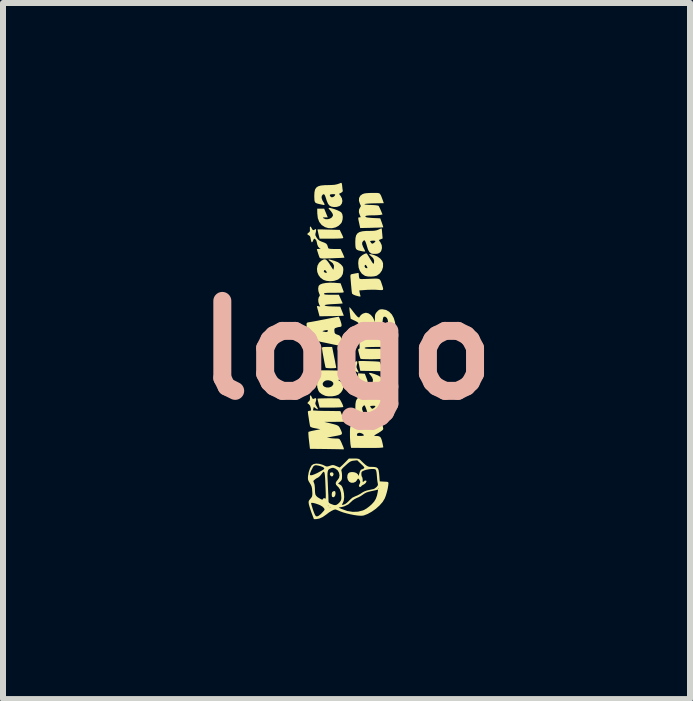
<source format=kicad_pcb>
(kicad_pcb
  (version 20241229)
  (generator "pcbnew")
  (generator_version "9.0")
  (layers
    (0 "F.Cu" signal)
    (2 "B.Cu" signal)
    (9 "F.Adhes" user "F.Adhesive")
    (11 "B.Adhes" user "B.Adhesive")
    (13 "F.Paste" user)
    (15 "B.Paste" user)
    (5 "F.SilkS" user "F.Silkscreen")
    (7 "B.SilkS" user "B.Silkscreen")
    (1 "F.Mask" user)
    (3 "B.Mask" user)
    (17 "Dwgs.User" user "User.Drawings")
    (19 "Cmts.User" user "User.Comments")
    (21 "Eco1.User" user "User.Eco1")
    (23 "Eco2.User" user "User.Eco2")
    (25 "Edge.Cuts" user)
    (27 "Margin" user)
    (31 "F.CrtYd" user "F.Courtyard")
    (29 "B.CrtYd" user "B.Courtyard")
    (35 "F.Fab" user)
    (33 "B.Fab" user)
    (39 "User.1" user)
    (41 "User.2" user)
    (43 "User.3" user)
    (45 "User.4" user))
  (footprint "logo"
    (layer "F.Cu")
    (at 2.729 2.79)
    (property "Reference" "logo" (at 0 0 0) (layer "B.SilkS") (effects (font (size 1.5 1.5) (thickness 0.3))))
    (attr board_only exclude_from_pos_files exclude_from_bom)
    (fp_poly (pts (xy -0.22 2.052) (xy -0.217 2.074) (xy -0.227 2.098) (xy -0.246 2.106) (xy -0.266 2.095) (xy -0.278 2.073) (xy -0.276 2.051) (xy -0.263 2.039) (xy -0.236 2.037)) (stroke (width 0) (type solid)) (fill yes) (layer "F.SilkS"))
    (fp_poly (pts (xy -0.187 2.359) (xy -0.183 2.39) (xy -0.183 2.391) (xy -0.189 2.423) (xy -0.203 2.445) (xy -0.222 2.453) (xy -0.24 2.445) (xy -0.245 2.43) (xy -0.247 2.404) (xy -0.247 2.402) (xy -0.241 2.37) (xy -0.226 2.355) (xy -0.201 2.348)) (stroke (width 0) (type solid)) (fill yes) (layer "F.SilkS"))
    (fp_poly (pts (xy -0.442 -2.014) (xy -0.398 -2.014) (xy -0.343 -2.012) (xy -0.296 -2.011) (xy -0.113 -2.006) (xy -0.084 -1.946) (xy -0.068 -1.913) (xy -0.058 -1.886) (xy -0.054 -1.874) (xy -0.059 -1.869) (xy -0.076 -1.865) (xy -0.107 -1.863) (xy -0.153 -1.861) (xy -0.218 -1.86) (xy -0.252 -1.86) (xy -0.449 -1.86) (xy -0.468 -1.936) (xy -0.476 -1.973) (xy -0.482 -2.001) (xy -0.483 -2.014) (xy -0.483 -2.014) (xy -0.471 -2.015)) (stroke (width 0) (type solid)) (fill yes) (layer "F.SilkS"))
    (fp_poly (pts (xy -0.196 0.803) (xy -0.153 0.804) (xy -0.128 0.805) (xy -0.116 0.815) (xy -0.1 0.838) (xy -0.083 0.87) (xy -0.067 0.903) (xy -0.057 0.932) (xy -0.054 0.947) (xy -0.064 0.95) (xy -0.093 0.953) (xy -0.138 0.955) (xy -0.197 0.957) (xy -0.251 0.957) (xy -0.449 0.957) (xy -0.466 0.888) (xy -0.475 0.851) (xy -0.482 0.823) (xy -0.484 0.809) (xy -0.474 0.807) (xy -0.446 0.805) (xy -0.406 0.804) (xy -0.356 0.803) (xy -0.302 0.802) (xy -0.247 0.802)) (stroke (width 0) (type solid)) (fill yes) (layer "F.SilkS"))
    (fp_poly (pts (xy -0.206 0.116) (xy -0.194 0.173) (xy -0.185 0.224) (xy -0.177 0.263) (xy -0.173 0.287) (xy -0.172 0.293) (xy -0.182 0.297) (xy -0.207 0.3) (xy -0.241 0.301) (xy -0.279 0.301) (xy -0.313 0.299) (xy -0.338 0.296) (xy -0.348 0.292) (xy -0.353 0.278) (xy -0.359 0.248) (xy -0.368 0.206) (xy -0.377 0.156) (xy -0.387 0.104) (xy -0.396 0.055) (xy -0.403 0.012) (xy -0.407 -0.019) (xy -0.409 -0.033) (xy -0.407 -0.043) (xy -0.398 -0.05) (xy -0.378 -0.053) (xy -0.342 -0.054) (xy -0.324 -0.054) (xy -0.24 -0.054)) (stroke (width 0) (type solid)) (fill yes) (layer "F.SilkS"))
    (fp_poly (pts (xy 0.311 0.181) (xy 0.37 0.183) (xy 0.429 0.185) (xy 0.481 0.187) (xy 0.521 0.19) (xy 0.546 0.192) (xy 0.552 0.194) (xy 0.559 0.206) (xy 0.57 0.233) (xy 0.584 0.266) (xy 0.598 0.301) (xy 0.608 0.329) (xy 0.613 0.345) (xy 0.613 0.346) (xy 0.606 0.353) (xy 0.605 0.352) (xy 0.592 0.351) (xy 0.561 0.35) (xy 0.516 0.349) (xy 0.461 0.348) (xy 0.413 0.347) (xy 0.229 0.344) (xy 0.216 0.282) (xy 0.209 0.244) (xy 0.202 0.213) (xy 0.198 0.199) (xy 0.197 0.191) (xy 0.2 0.185) (xy 0.21 0.182) (xy 0.229 0.18) (xy 0.262 0.18)) (stroke (width 0) (type solid)) (fill yes) (layer "F.SilkS"))
    (fp_poly (pts (xy 0.093 0.135) (xy 0.106 0.161) (xy 0.108 0.167) (xy 0.117 0.193) (xy 0.126 0.202) (xy 0.139 0.198) (xy 0.15 0.191) (xy 0.171 0.183) (xy 0.18 0.192) (xy 0.178 0.219) (xy 0.173 0.24) (xy 0.166 0.271) (xy 0.168 0.294) (xy 0.18 0.32) (xy 0.183 0.326) (xy 0.198 0.357) (xy 0.2 0.372) (xy 0.187 0.371) (xy 0.17 0.361) (xy 0.154 0.351) (xy 0.144 0.354) (xy 0.134 0.371) (xy 0.128 0.384) (xy 0.117 0.406) (xy 0.108 0.415) (xy 0.105 0.413) (xy 0.101 0.397) (xy 0.095 0.368) (xy 0.092 0.352) (xy 0.084 0.317) (xy 0.072 0.297) (xy 0.058 0.288) (xy 0.037 0.275) (xy 0.036 0.262) (xy 0.054 0.246) (xy 0.058 0.244) (xy 0.074 0.23) (xy 0.08 0.213) (xy 0.079 0.184) (xy 0.078 0.178) (xy 0.077 0.145) (xy 0.083 0.13)) (stroke (width 0) (type solid)) (fill yes) (layer "F.SilkS"))
    (fp_poly (pts (xy 0.408 0.381) (xy 0.45 0.393) (xy 0.468 0.399) (xy 0.528 0.422) (xy 0.569 0.449) (xy 0.593 0.482) (xy 0.602 0.523) (xy 0.602 0.535) (xy 0.593 0.596) (xy 0.569 0.651) (xy 0.531 0.693) (xy 0.511 0.707) (xy 0.464 0.724) (xy 0.409 0.731) (xy 0.355 0.727) (xy 0.317 0.714) (xy 0.27 0.683) (xy 0.236 0.643) (xy 0.213 0.591) (xy 0.2 0.524) (xy 0.196 0.481) (xy 0.191 0.386) (xy 0.248 0.389) (xy 0.305 0.393) (xy 0.33 0.457) (xy 0.346 0.5) (xy 0.353 0.526) (xy 0.351 0.54) (xy 0.339 0.543) (xy 0.317 0.541) (xy 0.289 0.54) (xy 0.28 0.547) (xy 0.291 0.56) (xy 0.307 0.568) (xy 0.352 0.58) (xy 0.393 0.571) (xy 0.413 0.558) (xy 0.437 0.528) (xy 0.441 0.491) (xy 0.426 0.451) (xy 0.402 0.419) (xy 0.382 0.396) (xy 0.376 0.382) (xy 0.384 0.378)) (stroke (width 0) (type solid)) (fill yes) (layer "F.SilkS"))
    (fp_poly (pts (xy -0.268 -2.371) (xy -0.234 -2.362) (xy -0.195 -2.35) (xy -0.156 -2.335) (xy -0.121 -2.319) (xy -0.096 -2.304) (xy -0.089 -2.299) (xy -0.071 -2.269) (xy -0.063 -2.227) (xy -0.066 -2.181) (xy -0.078 -2.137) (xy -0.089 -2.118) (xy -0.129 -2.077) (xy -0.182 -2.048) (xy -0.243 -2.034) (xy -0.306 -2.036) (xy -0.361 -2.053) (xy -0.415 -2.088) (xy -0.454 -2.138) (xy -0.479 -2.202) (xy -0.488 -2.282) (xy -0.488 -2.291) (xy -0.489 -2.36) (xy -0.431 -2.36) (xy -0.373 -2.36) (xy -0.343 -2.288) (xy -0.313 -2.215) (xy -0.358 -2.215) (xy -0.386 -2.214) (xy -0.394 -2.211) (xy -0.388 -2.203) (xy -0.382 -2.199) (xy -0.35 -2.185) (xy -0.312 -2.184) (xy -0.276 -2.194) (xy -0.246 -2.213) (xy -0.228 -2.24) (xy -0.226 -2.254) (xy -0.233 -2.277) (xy -0.252 -2.307) (xy -0.263 -2.321) (xy -0.285 -2.346) (xy -0.298 -2.364) (xy -0.301 -2.37) (xy -0.292 -2.374)) (stroke (width 0) (type solid)) (fill yes) (layer "F.SilkS"))
    (fp_poly (pts (xy -0.34 -1.508) (xy -0.317 -1.484) (xy -0.288 -1.445) (xy -0.278 -1.428) (xy -0.221 -1.34) (xy -0.211 -1.374) (xy -0.21 -1.413) (xy -0.229 -1.45) (xy -0.268 -1.481) (xy -0.27 -1.482) (xy -0.292 -1.498) (xy -0.301 -1.51) (xy -0.294 -1.514) (xy -0.282 -1.512) (xy -0.262 -1.507) (xy -0.229 -1.498) (xy -0.199 -1.489) (xy -0.143 -1.467) (xy -0.098 -1.434) (xy -0.095 -1.431) (xy -0.07 -1.404) (xy -0.058 -1.382) (xy -0.054 -1.353) (xy -0.054 -1.331) (xy -0.062 -1.271) (xy -0.088 -1.223) (xy -0.132 -1.185) (xy -0.15 -1.175) (xy -0.208 -1.156) (xy -0.274 -1.15) (xy -0.338 -1.157) (xy -0.385 -1.173) (xy -0.433 -1.207) (xy -0.467 -1.252) (xy -0.488 -1.304) (xy -0.489 -1.316) (xy -0.38 -1.316) (xy -0.371 -1.3) (xy -0.35 -1.291) (xy -0.343 -1.29) (xy -0.329 -1.292) (xy -0.329 -1.3) (xy -0.34 -1.318) (xy -0.355 -1.335) (xy -0.368 -1.336) (xy -0.372 -1.332) (xy -0.38 -1.316) (xy -0.489 -1.316) (xy -0.493 -1.358) (xy -0.484 -1.41) (xy -0.459 -1.457) (xy -0.418 -1.494) (xy -0.416 -1.495) (xy -0.386 -1.511) (xy -0.362 -1.516)) (stroke (width 0) (type solid)) (fill yes) (layer "F.SilkS"))
    (fp_poly (pts (xy 0.204 -1.276) (xy 0.204 -1.262) (xy 0.207 -1.23) (xy 0.211 -1.207) (xy 0.214 -1.198) (xy 0.22 -1.192) (xy 0.231 -1.188) (xy 0.252 -1.186) (xy 0.285 -1.187) (xy 0.334 -1.188) (xy 0.38 -1.19) (xy 0.445 -1.193) (xy 0.492 -1.194) (xy 0.525 -1.191) (xy 0.547 -1.184) (xy 0.562 -1.169) (xy 0.573 -1.147) (xy 0.584 -1.115) (xy 0.59 -1.097) (xy 0.605 -1.051) (xy 0.611 -1.022) (xy 0.607 -1.007) (xy 0.589 -1.002) (xy 0.555 -1.003) (xy 0.527 -1.005) (xy 0.478 -1.008) (xy 0.417 -1.008) (xy 0.354 -1.007) (xy 0.327 -1.005) (xy 0.213 -0.997) (xy 0.218 -0.964) (xy 0.225 -0.933) (xy 0.231 -0.911) (xy 0.234 -0.9) (xy 0.228 -0.895) (xy 0.21 -0.896) (xy 0.176 -0.905) (xy 0.153 -0.911) (xy 0.12 -0.924) (xy 0.098 -0.938) (xy 0.092 -0.945) (xy 0.089 -0.962) (xy 0.085 -0.994) (xy 0.081 -1.038) (xy 0.076 -1.088) (xy 0.072 -1.139) (xy 0.068 -1.186) (xy 0.065 -1.223) (xy 0.065 -1.243) (xy 0.069 -1.259) (xy 0.084 -1.268) (xy 0.11 -1.273) (xy 0.145 -1.28) (xy 0.175 -1.285) (xy 0.18 -1.287) (xy 0.197 -1.288)) (stroke (width 0) (type solid)) (fill yes) (layer "F.SilkS"))
    (fp_poly (pts (xy 0.595 -0.146) (xy 0.609 -0.108) (xy 0.619 -0.078) (xy 0.624 -0.061) (xy 0.624 -0.06) (xy 0.614 -0.058) (xy 0.586 -0.056) (xy 0.545 -0.054) (xy 0.494 -0.054) (xy 0.479 -0.054) (xy 0.425 -0.053) (xy 0.377 -0.052) (xy 0.34 -0.05) (xy 0.32 -0.048) (xy 0.318 -0.047) (xy 0.301 -0.038) (xy 0.306 -0.03) (xy 0.331 -0.025) (xy 0.379 -0.022) (xy 0.435 -0.022) (xy 0.569 -0.022) (xy 0.591 0.052) (xy 0.602 0.09) (xy 0.61 0.121) (xy 0.613 0.138) (xy 0.613 0.138) (xy 0.603 0.142) (xy 0.576 0.145) (xy 0.535 0.148) (xy 0.485 0.15) (xy 0.431 0.151) (xy 0.376 0.151) (xy 0.325 0.15) (xy 0.281 0.149) (xy 0.249 0.147) (xy 0.234 0.143) (xy 0.233 0.142) (xy 0.227 0.127) (xy 0.219 0.099) (xy 0.209 0.063) (xy 0.201 0.028) (xy 0.195 0.001) (xy 0.194 -0.01) (xy 0.202 -0.021) (xy 0.208 -0.022) (xy 0.216 -0.027) (xy 0.219 -0.048) (xy 0.217 -0.085) (xy 0.217 -0.131) (xy 0.225 -0.167) (xy 0.243 -0.193) (xy 0.274 -0.21) (xy 0.321 -0.22) (xy 0.385 -0.225) (xy 0.439 -0.226) (xy 0.567 -0.226)) (stroke (width 0) (type solid)) (fill yes) (layer "F.SilkS"))
    (fp_poly (pts (xy 0.338 -1.612) (xy 0.345 -1.601) (xy 0.36 -1.577) (xy 0.381 -1.542) (xy 0.396 -1.517) (xy 0.421 -1.476) (xy 0.437 -1.452) (xy 0.447 -1.442) (xy 0.453 -1.443) (xy 0.457 -1.454) (xy 0.458 -1.455) (xy 0.46 -1.498) (xy 0.443 -1.536) (xy 0.407 -1.57) (xy 0.383 -1.59) (xy 0.378 -1.6) (xy 0.392 -1.602) (xy 0.425 -1.596) (xy 0.462 -1.585) (xy 0.515 -1.562) (xy 0.561 -1.529) (xy 0.594 -1.489) (xy 0.609 -1.45) (xy 0.609 -1.388) (xy 0.591 -1.331) (xy 0.557 -1.282) (xy 0.51 -1.246) (xy 0.498 -1.24) (xy 0.458 -1.231) (xy 0.408 -1.227) (xy 0.357 -1.229) (xy 0.314 -1.238) (xy 0.306 -1.241) (xy 0.258 -1.273) (xy 0.223 -1.321) (xy 0.201 -1.381) (xy 0.2 -1.398) (xy 0.301 -1.398) (xy 0.31 -1.377) (xy 0.336 -1.367) (xy 0.342 -1.367) (xy 0.349 -1.371) (xy 0.344 -1.387) (xy 0.339 -1.398) (xy 0.323 -1.42) (xy 0.309 -1.423) (xy 0.302 -1.407) (xy 0.301 -1.398) (xy 0.2 -1.398) (xy 0.195 -1.451) (xy 0.196 -1.465) (xy 0.2 -1.504) (xy 0.208 -1.529) (xy 0.224 -1.55) (xy 0.24 -1.566) (xy 0.268 -1.588) (xy 0.299 -1.605) (xy 0.324 -1.614)) (stroke (width 0) (type solid)) (fill yes) (layer "F.SilkS"))
    (fp_poly (pts (xy -0.314 0.336) (xy -0.255 0.337) (xy -0.203 0.338) (xy -0.162 0.339) (xy -0.135 0.341) (xy -0.128 0.342) (xy -0.108 0.359) (xy -0.087 0.395) (xy -0.079 0.414) (xy -0.066 0.448) (xy -0.057 0.474) (xy -0.054 0.486) (xy -0.063 0.491) (xy -0.087 0.494) (xy -0.099 0.495) (xy -0.145 0.495) (xy -0.111 0.516) (xy -0.075 0.545) (xy -0.057 0.582) (xy -0.054 0.616) (xy -0.064 0.661) (xy -0.091 0.703) (xy -0.13 0.738) (xy -0.143 0.745) (xy -0.189 0.761) (xy -0.245 0.77) (xy -0.303 0.77) (xy -0.351 0.762) (xy -0.357 0.76) (xy -0.412 0.734) (xy -0.45 0.704) (xy -0.467 0.679) (xy -0.486 0.624) (xy -0.492 0.566) (xy -0.398 0.566) (xy -0.389 0.593) (xy -0.364 0.612) (xy -0.331 0.622) (xy -0.293 0.622) (xy -0.257 0.61) (xy -0.241 0.599) (xy -0.221 0.572) (xy -0.221 0.545) (xy -0.242 0.522) (xy -0.265 0.51) (xy -0.305 0.501) (xy -0.344 0.505) (xy -0.375 0.522) (xy -0.395 0.547) (xy -0.398 0.566) (xy -0.492 0.566) (xy -0.492 0.566) (xy -0.486 0.524) (xy -0.475 0.484) (xy -0.538 0.484) (xy -0.574 0.483) (xy -0.594 0.48) (xy -0.603 0.471) (xy -0.608 0.454) (xy -0.616 0.423) (xy -0.625 0.387) (xy -0.625 0.387) (xy -0.631 0.361) (xy -0.634 0.345) (xy -0.634 0.344) (xy -0.624 0.342) (xy -0.596 0.34) (xy -0.554 0.339) (xy -0.501 0.337) (xy -0.441 0.337) (xy -0.378 0.336)) (stroke (width 0) (type solid)) (fill yes) (layer "F.SilkS"))
    (fp_poly (pts (xy -0.079 -2.78) (xy -0.074 -2.753) (xy -0.072 -2.733) (xy -0.068 -2.696) (xy -0.064 -2.667) (xy -0.062 -2.655) (xy -0.069 -2.641) (xy -0.089 -2.626) (xy -0.093 -2.624) (xy -0.126 -2.607) (xy -0.102 -2.576) (xy -0.077 -2.532) (xy -0.069 -2.487) (xy -0.078 -2.446) (xy -0.103 -2.413) (xy -0.12 -2.403) (xy -0.16 -2.39) (xy -0.207 -2.387) (xy -0.252 -2.394) (xy -0.283 -2.41) (xy -0.308 -2.44) (xy -0.33 -2.492) (xy -0.334 -2.504) (xy -0.349 -2.552) (xy -0.361 -2.583) (xy -0.365 -2.588) (xy -0.28 -2.588) (xy -0.274 -2.57) (xy -0.267 -2.562) (xy -0.251 -2.55) (xy -0.232 -2.552) (xy -0.221 -2.555) (xy -0.202 -2.57) (xy -0.193 -2.582) (xy -0.188 -2.594) (xy -0.195 -2.6) (xy -0.217 -2.602) (xy -0.231 -2.602) (xy -0.265 -2.599) (xy -0.28 -2.588) (xy -0.365 -2.588) (xy -0.372 -2.598) (xy -0.383 -2.601) (xy -0.395 -2.596) (xy -0.413 -2.573) (xy -0.416 -2.54) (xy -0.403 -2.5) (xy -0.393 -2.483) (xy -0.373 -2.449) (xy -0.366 -2.427) (xy -0.372 -2.42) (xy -0.384 -2.422) (xy -0.412 -2.428) (xy -0.449 -2.436) (xy -0.451 -2.436) (xy -0.489 -2.446) (xy -0.514 -2.456) (xy -0.528 -2.473) (xy -0.535 -2.499) (xy -0.537 -2.54) (xy -0.538 -2.573) (xy -0.535 -2.633) (xy -0.525 -2.679) (xy -0.505 -2.711) (xy -0.473 -2.733) (xy -0.427 -2.746) (xy -0.364 -2.752) (xy -0.31 -2.753) (xy -0.248 -2.755) (xy -0.201 -2.758) (xy -0.162 -2.766) (xy -0.123 -2.778) (xy -0.096 -2.79) (xy -0.086 -2.79)) (stroke (width 0) (type solid)) (fill yes) (layer "F.SilkS"))
    (fp_poly (pts (xy 0.588 -2.019) (xy 0.591 -1.991) (xy 0.594 -1.953) (xy 0.595 -1.945) (xy 0.602 -1.863) (xy 0.57 -1.85) (xy 0.538 -1.837) (xy 0.565 -1.798) (xy 0.587 -1.751) (xy 0.591 -1.702) (xy 0.579 -1.658) (xy 0.567 -1.639) (xy 0.544 -1.619) (xy 0.515 -1.609) (xy 0.489 -1.606) (xy 0.452 -1.606) (xy 0.421 -1.61) (xy 0.412 -1.613) (xy 0.383 -1.635) (xy 0.359 -1.674) (xy 0.343 -1.726) (xy 0.332 -1.764) (xy 0.32 -1.799) (xy 0.315 -1.81) (xy 0.31 -1.818) (xy 0.394 -1.818) (xy 0.398 -1.807) (xy 0.404 -1.799) (xy 0.42 -1.779) (xy 0.436 -1.777) (xy 0.458 -1.79) (xy 0.464 -1.795) (xy 0.481 -1.813) (xy 0.479 -1.823) (xy 0.457 -1.827) (xy 0.431 -1.826) (xy 0.403 -1.823) (xy 0.394 -1.818) (xy 0.31 -1.818) (xy 0.303 -1.83) (xy 0.294 -1.833) (xy 0.279 -1.822) (xy 0.262 -1.798) (xy 0.26 -1.768) (xy 0.274 -1.728) (xy 0.285 -1.705) (xy 0.3 -1.676) (xy 0.31 -1.653) (xy 0.312 -1.647) (xy 0.302 -1.645) (xy 0.277 -1.647) (xy 0.241 -1.654) (xy 0.236 -1.655) (xy 0.198 -1.664) (xy 0.173 -1.675) (xy 0.158 -1.691) (xy 0.15 -1.717) (xy 0.147 -1.756) (xy 0.146 -1.807) (xy 0.149 -1.868) (xy 0.16 -1.915) (xy 0.182 -1.948) (xy 0.216 -1.97) (xy 0.265 -1.983) (xy 0.331 -1.989) (xy 0.373 -1.989) (xy 0.429 -1.99) (xy 0.469 -1.993) (xy 0.5 -1.999) (xy 0.526 -2.008) (xy 0.535 -2.012) (xy 0.563 -2.025) (xy 0.581 -2.031) (xy 0.585 -2.031)) (stroke (width 0) (type solid)) (fill yes) (layer "F.SilkS"))
    (fp_poly (pts (xy 0.514 -2.622) (xy 0.542 -2.618) (xy 0.543 -2.618) (xy 0.558 -2.606) (xy 0.575 -2.578) (xy 0.593 -2.532) (xy 0.622 -2.452) (xy 0.461 -2.449) (xy 0.395 -2.447) (xy 0.345 -2.444) (xy 0.313 -2.44) (xy 0.298 -2.435) (xy 0.302 -2.431) (xy 0.326 -2.427) (xy 0.369 -2.423) (xy 0.41 -2.422) (xy 0.47 -2.419) (xy 0.511 -2.414) (xy 0.533 -2.408) (xy 0.536 -2.406) (xy 0.545 -2.389) (xy 0.559 -2.36) (xy 0.573 -2.328) (xy 0.6 -2.264) (xy 0.572 -2.257) (xy 0.549 -2.254) (xy 0.511 -2.251) (xy 0.463 -2.249) (xy 0.427 -2.249) (xy 0.37 -2.247) (xy 0.333 -2.243) (xy 0.315 -2.237) (xy 0.314 -2.228) (xy 0.325 -2.219) (xy 0.341 -2.214) (xy 0.373 -2.21) (xy 0.417 -2.206) (xy 0.45 -2.204) (xy 0.562 -2.199) (xy 0.589 -2.126) (xy 0.601 -2.09) (xy 0.61 -2.063) (xy 0.612 -2.05) (xy 0.612 -2.049) (xy 0.6 -2.048) (xy 0.571 -2.046) (xy 0.527 -2.044) (xy 0.472 -2.043) (xy 0.418 -2.041) (xy 0.228 -2.037) (xy 0.211 -2.116) (xy 0.201 -2.162) (xy 0.196 -2.191) (xy 0.196 -2.207) (xy 0.201 -2.214) (xy 0.211 -2.215) (xy 0.215 -2.215) (xy 0.231 -2.216) (xy 0.235 -2.223) (xy 0.228 -2.24) (xy 0.221 -2.254) (xy 0.206 -2.299) (xy 0.208 -2.342) (xy 0.224 -2.377) (xy 0.236 -2.394) (xy 0.238 -2.408) (xy 0.229 -2.429) (xy 0.224 -2.439) (xy 0.207 -2.491) (xy 0.209 -2.537) (xy 0.229 -2.576) (xy 0.266 -2.603) (xy 0.296 -2.613) (xy 0.327 -2.618) (xy 0.372 -2.621) (xy 0.422 -2.623) (xy 0.472 -2.623)) (stroke (width 0) (type solid)) (fill yes) (layer "F.SilkS"))
    (fp_poly (pts (xy -0.21 -1.125) (xy -0.188 -1.123) (xy -0.099 -1.116) (xy -0.075 -1.05) (xy -0.062 -1.014) (xy -0.051 -0.985) (xy -0.046 -0.971) (xy -0.049 -0.965) (xy -0.063 -0.961) (xy -0.092 -0.959) (xy -0.137 -0.958) (xy -0.202 -0.957) (xy -0.209 -0.957) (xy -0.273 -0.957) (xy -0.319 -0.956) (xy -0.349 -0.954) (xy -0.367 -0.95) (xy -0.375 -0.945) (xy -0.376 -0.941) (xy -0.373 -0.934) (xy -0.361 -0.929) (xy -0.337 -0.926) (xy -0.297 -0.925) (xy -0.252 -0.925) (xy -0.128 -0.925) (xy -0.096 -0.854) (xy -0.081 -0.819) (xy -0.069 -0.793) (xy -0.065 -0.78) (xy -0.065 -0.78) (xy -0.075 -0.778) (xy -0.102 -0.776) (xy -0.144 -0.773) (xy -0.195 -0.77) (xy -0.215 -0.769) (xy -0.269 -0.766) (xy -0.315 -0.762) (xy -0.348 -0.757) (xy -0.364 -0.753) (xy -0.366 -0.752) (xy -0.36 -0.744) (xy -0.341 -0.737) (xy -0.307 -0.733) (xy -0.255 -0.73) (xy -0.211 -0.729) (xy -0.105 -0.726) (xy -0.075 -0.651) (xy -0.045 -0.575) (xy -0.079 -0.573) (xy -0.101 -0.572) (xy -0.141 -0.571) (xy -0.192 -0.569) (xy -0.251 -0.568) (xy -0.281 -0.568) (xy -0.45 -0.565) (xy -0.472 -0.647) (xy -0.483 -0.686) (xy -0.491 -0.716) (xy -0.494 -0.732) (xy -0.495 -0.734) (xy -0.486 -0.736) (xy -0.467 -0.734) (xy -0.439 -0.728) (xy -0.456 -0.762) (xy -0.469 -0.801) (xy -0.472 -0.842) (xy -0.465 -0.878) (xy -0.456 -0.893) (xy -0.446 -0.908) (xy -0.447 -0.924) (xy -0.456 -0.945) (xy -0.469 -0.984) (xy -0.473 -1.028) (xy -0.466 -1.067) (xy -0.462 -1.075) (xy -0.441 -1.095) (xy -0.401 -1.111) (xy -0.347 -1.121) (xy -0.282 -1.126)) (stroke (width 0) (type solid)) (fill yes) (layer "F.SilkS"))
    (fp_poly (pts (xy -0.593 -2.055) (xy -0.581 -2.032) (xy -0.565 -2.006) (xy -0.546 -2.002) (xy -0.529 -2.013) (xy -0.515 -2.021) (xy -0.508 -2.011) (xy -0.509 -1.986) (xy -0.513 -1.965) (xy -0.52 -1.935) (xy -0.518 -1.913) (xy -0.505 -1.888) (xy -0.497 -1.874) (xy -0.477 -1.848) (xy -0.454 -1.828) (xy -0.42 -1.812) (xy -0.398 -1.804) (xy -0.36 -1.789) (xy -0.337 -1.775) (xy -0.322 -1.755) (xy -0.312 -1.724) (xy -0.305 -1.702) (xy -0.296 -1.695) (xy -0.27 -1.69) (xy -0.225 -1.688) (xy -0.2 -1.688) (xy -0.099 -1.688) (xy -0.065 -1.617) (xy -0.05 -1.582) (xy -0.039 -1.556) (xy -0.035 -1.543) (xy -0.035 -1.543) (xy -0.046 -1.542) (xy -0.075 -1.54) (xy -0.119 -1.538) (xy -0.174 -1.536) (xy -0.238 -1.533) (xy -0.239 -1.533) (xy -0.309 -1.531) (xy -0.361 -1.529) (xy -0.398 -1.529) (xy -0.422 -1.531) (xy -0.437 -1.534) (xy -0.445 -1.539) (xy -0.45 -1.545) (xy -0.457 -1.563) (xy -0.467 -1.592) (xy -0.478 -1.626) (xy -0.488 -1.658) (xy -0.494 -1.68) (xy -0.495 -1.685) (xy -0.485 -1.687) (xy -0.462 -1.689) (xy -0.46 -1.689) (xy -0.437 -1.69) (xy -0.434 -1.694) (xy -0.449 -1.701) (xy -0.471 -1.723) (xy -0.488 -1.762) (xy -0.497 -1.807) (xy -0.506 -1.833) (xy -0.524 -1.854) (xy -0.539 -1.86) (xy -0.547 -1.851) (xy -0.557 -1.83) (xy -0.558 -1.828) (xy -0.57 -1.803) (xy -0.58 -1.799) (xy -0.589 -1.816) (xy -0.596 -1.85) (xy -0.603 -1.885) (xy -0.613 -1.905) (xy -0.63 -1.916) (xy -0.651 -1.929) (xy -0.653 -1.942) (xy -0.634 -1.959) (xy -0.631 -1.96) (xy -0.615 -1.975) (xy -0.61 -1.995) (xy -0.611 -2.02) (xy -0.611 -2.052) (xy -0.604 -2.063)) (stroke (width 0) (type solid)) (fill yes) (layer "F.SilkS"))
    (fp_poly (pts (xy -0.124 -0.55) (xy -0.113 -0.525) (xy -0.1 -0.489) (xy -0.098 -0.483) (xy -0.085 -0.438) (xy -0.082 -0.41) (xy -0.089 -0.394) (xy -0.107 -0.388) (xy -0.119 -0.387) (xy -0.141 -0.384) (xy -0.17 -0.375) (xy -0.171 -0.375) (xy -0.193 -0.366) (xy -0.202 -0.352) (xy -0.203 -0.328) (xy -0.202 -0.319) (xy -0.199 -0.292) (xy -0.189 -0.276) (xy -0.168 -0.264) (xy -0.151 -0.258) (xy -0.126 -0.249) (xy -0.11 -0.238) (xy -0.097 -0.22) (xy -0.084 -0.19) (xy -0.073 -0.161) (xy -0.059 -0.122) (xy -0.049 -0.092) (xy -0.043 -0.074) (xy -0.043 -0.073) (xy -0.044 -0.069) (xy -0.05 -0.067) (xy -0.062 -0.067) (xy -0.083 -0.069) (xy -0.114 -0.075) (xy -0.159 -0.083) (xy -0.219 -0.095) (xy -0.297 -0.112) (xy -0.346 -0.122) (xy -0.419 -0.137) (xy -0.485 -0.152) (xy -0.542 -0.165) (xy -0.585 -0.176) (xy -0.613 -0.184) (xy -0.622 -0.188) (xy -0.627 -0.203) (xy -0.635 -0.234) (xy -0.644 -0.275) (xy -0.652 -0.317) (xy -0.401 -0.317) (xy -0.394 -0.313) (xy -0.387 -0.311) (xy -0.344 -0.302) (xy -0.32 -0.306) (xy -0.312 -0.321) (xy -0.314 -0.333) (xy -0.323 -0.336) (xy -0.345 -0.333) (xy -0.362 -0.33) (xy -0.391 -0.322) (xy -0.401 -0.317) (xy -0.652 -0.317) (xy -0.652 -0.32) (xy -0.659 -0.366) (xy -0.665 -0.405) (xy -0.667 -0.432) (xy -0.667 -0.433) (xy -0.665 -0.45) (xy -0.654 -0.46) (xy -0.63 -0.466) (xy -0.616 -0.468) (xy -0.589 -0.472) (xy -0.546 -0.48) (xy -0.49 -0.49) (xy -0.426 -0.503) (xy -0.357 -0.516) (xy -0.351 -0.517) (xy -0.286 -0.53) (xy -0.228 -0.541) (xy -0.181 -0.55) (xy -0.148 -0.556) (xy -0.131 -0.559) (xy -0.13 -0.559)) (stroke (width 0) (type solid)) (fill yes) (layer "F.SilkS"))
    (fp_poly (pts (xy -0.59 0.762) (xy -0.579 0.786) (xy -0.566 0.809) (xy -0.553 0.813) (xy -0.529 0.803) (xy -0.522 0.8) (xy -0.509 0.802) (xy -0.505 0.821) (xy -0.511 0.851) (xy -0.516 0.865) (xy -0.521 0.887) (xy -0.515 0.909) (xy -0.499 0.937) (xy -0.481 0.969) (xy -0.478 0.984) (xy -0.49 0.984) (xy -0.514 0.969) (xy -0.546 0.947) (xy -0.552 0.971) (xy -0.558 0.993) (xy -0.559 1.003) (xy -0.549 1.005) (xy -0.52 1.007) (xy -0.476 1.01) (xy -0.42 1.012) (xy -0.355 1.013) (xy -0.331 1.013) (xy -0.102 1.016) (xy -0.079 1.075) (xy -0.065 1.113) (xy -0.053 1.148) (xy -0.048 1.164) (xy -0.041 1.194) (xy -0.206 1.195) (xy -0.371 1.196) (xy -0.306 1.211) (xy -0.242 1.227) (xy -0.195 1.239) (xy -0.162 1.25) (xy -0.139 1.262) (xy -0.124 1.276) (xy -0.113 1.294) (xy -0.102 1.317) (xy -0.101 1.318) (xy -0.086 1.352) (xy -0.077 1.377) (xy -0.077 1.394) (xy -0.087 1.407) (xy -0.111 1.416) (xy -0.151 1.425) (xy -0.209 1.436) (xy -0.226 1.439) (xy -0.328 1.459) (xy -0.275 1.466) (xy -0.23 1.471) (xy -0.183 1.473) (xy -0.171 1.473) (xy -0.145 1.474) (xy -0.126 1.478) (xy -0.112 1.489) (xy -0.099 1.511) (xy -0.082 1.547) (xy -0.073 1.57) (xy -0.055 1.611) (xy -0.046 1.637) (xy -0.045 1.65) (xy -0.051 1.654) (xy -0.062 1.654) (xy -0.077 1.653) (xy -0.111 1.652) (xy -0.161 1.651) (xy -0.222 1.65) (xy -0.291 1.649) (xy -0.345 1.648) (xy -0.61 1.645) (xy -0.626 1.508) (xy -0.632 1.456) (xy -0.635 1.412) (xy -0.637 1.379) (xy -0.635 1.364) (xy -0.635 1.363) (xy -0.622 1.358) (xy -0.593 1.35) (xy -0.553 1.341) (xy -0.532 1.337) (xy -0.436 1.318) (xy -0.518 1.303) (xy -0.566 1.293) (xy -0.595 1.282) (xy -0.607 1.271) (xy -0.607 1.271) (xy -0.611 1.253) (xy -0.617 1.219) (xy -0.624 1.177) (xy -0.631 1.13) (xy -0.638 1.086) (xy -0.643 1.049) (xy -0.645 1.027) (xy -0.645 1.024) (xy -0.636 1.014) (xy -0.617 1.011) (xy -0.6 1.009) (xy -0.593 1.001) (xy -0.594 0.981) (xy -0.596 0.965) (xy -0.608 0.924) (xy -0.633 0.897) (xy -0.649 0.888) (xy -0.651 0.879) (xy -0.637 0.861) (xy -0.633 0.858) (xy -0.614 0.837) (xy -0.609 0.813) (xy -0.61 0.793) (xy -0.61 0.763) (xy -0.602 0.753)) (stroke (width 0) (type solid)) (fill yes) (layer "F.SilkS"))
    (fp_poly (pts (xy 0.055 -0.712) (xy 0.073 -0.692) (xy 0.097 -0.661) (xy 0.113 -0.64) (xy 0.151 -0.592) (xy 0.179 -0.561) (xy 0.2 -0.546) (xy 0.213 -0.547) (xy 0.22 -0.559) (xy 0.239 -0.586) (xy 0.271 -0.609) (xy 0.31 -0.622) (xy 0.327 -0.624) (xy 0.367 -0.614) (xy 0.406 -0.587) (xy 0.438 -0.549) (xy 0.457 -0.511) (xy 0.472 -0.468) (xy 0.473 -0.535) (xy 0.474 -0.574) (xy 0.48 -0.6) (xy 0.492 -0.622) (xy 0.51 -0.643) (xy 0.535 -0.667) (xy 0.556 -0.679) (xy 0.585 -0.682) (xy 0.601 -0.682) (xy 0.66 -0.671) (xy 0.711 -0.641) (xy 0.755 -0.596) (xy 0.788 -0.536) (xy 0.809 -0.465) (xy 0.815 -0.42) (xy 0.814 -0.351) (xy 0.801 -0.299) (xy 0.774 -0.263) (xy 0.734 -0.243) (xy 0.683 -0.237) (xy 0.643 -0.24) (xy 0.615 -0.25) (xy 0.603 -0.26) (xy 0.581 -0.286) (xy 0.563 -0.318) (xy 0.563 -0.319) (xy 0.55 -0.343) (xy 0.532 -0.353) (xy 0.511 -0.355) (xy 0.485 -0.352) (xy 0.474 -0.343) (xy 0.473 -0.334) (xy 0.466 -0.312) (xy 0.45 -0.286) (xy 0.447 -0.283) (xy 0.429 -0.265) (xy 0.408 -0.256) (xy 0.377 -0.253) (xy 0.363 -0.253) (xy 0.307 -0.262) (xy 0.263 -0.286) (xy 0.232 -0.327) (xy 0.213 -0.386) (xy 0.208 -0.413) (xy 0.204 -0.439) (xy 0.201 -0.444) (xy 0.284 -0.444) (xy 0.284 -0.432) (xy 0.303 -0.42) (xy 0.334 -0.411) (xy 0.36 -0.412) (xy 0.382 -0.42) (xy 0.401 -0.429) (xy 0.403 -0.44) (xy 0.397 -0.447) (xy 0.389 -0.452) (xy 0.473 -0.452) (xy 0.477 -0.443) (xy 0.48 -0.444) (xy 0.481 -0.455) (xy 0.599 -0.455) (xy 0.6 -0.41) (xy 0.609 -0.384) (xy 0.627 -0.377) (xy 0.651 -0.389) (xy 0.666 -0.403) (xy 0.685 -0.434) (xy 0.692 -0.471) (xy 0.687 -0.507) (xy 0.673 -0.537) (xy 0.65 -0.556) (xy 0.633 -0.559) (xy 0.621 -0.556) (xy 0.612 -0.544) (xy 0.606 -0.519) (xy 0.601 -0.477) (xy 0.599 -0.455) (xy 0.481 -0.455) (xy 0.482 -0.457) (xy 0.48 -0.459) (xy 0.474 -0.457) (xy 0.473 -0.452) (xy 0.389 -0.452) (xy 0.377 -0.458) (xy 0.339 -0.46) (xy 0.335 -0.46) (xy 0.302 -0.455) (xy 0.284 -0.444) (xy 0.201 -0.444) (xy 0.196 -0.457) (xy 0.179 -0.47) (xy 0.15 -0.486) (xy 0.135 -0.493) (xy 0.069 -0.524) (xy 0.056 -0.619) (xy 0.051 -0.661) (xy 0.048 -0.695) (xy 0.047 -0.715) (xy 0.047 -0.718)) (stroke (width 0) (type solid)) (fill yes) (layer "F.SilkS"))
    (fp_poly (pts (xy 0.588 0.734) (xy 0.591 0.762) (xy 0.595 0.8) (xy 0.596 0.808) (xy 0.603 0.89) (xy 0.571 0.903) (xy 0.538 0.916) (xy 0.565 0.955) (xy 0.585 0.998) (xy 0.591 1.044) (xy 0.585 1.086) (xy 0.576 1.104) (xy 0.566 1.123) (xy 0.566 1.132) (xy 0.571 1.145) (xy 0.58 1.173) (xy 0.59 1.21) (xy 0.6 1.249) (xy 0.608 1.284) (xy 0.612 1.309) (xy 0.613 1.314) (xy 0.603 1.33) (xy 0.575 1.352) (xy 0.531 1.381) (xy 0.53 1.381) (xy 0.49 1.404) (xy 0.468 1.419) (xy 0.461 1.426) (xy 0.466 1.429) (xy 0.483 1.43) (xy 0.486 1.43) (xy 0.527 1.432) (xy 0.555 1.442) (xy 0.573 1.462) (xy 0.587 1.498) (xy 0.595 1.529) (xy 0.604 1.568) (xy 0.61 1.6) (xy 0.613 1.618) (xy 0.613 1.619) (xy 0.605 1.623) (xy 0.578 1.626) (xy 0.534 1.629) (xy 0.47 1.63) (xy 0.385 1.63) (xy 0.345 1.63) (xy 0.077 1.629) (xy 0.071 1.602) (xy 0.065 1.565) (xy 0.061 1.516) (xy 0.058 1.46) (xy 0.057 1.42) (xy 0.174 1.42) (xy 0.181 1.427) (xy 0.201 1.43) (xy 0.23 1.43) (xy 0.263 1.429) (xy 0.285 1.424) (xy 0.29 1.42) (xy 0.281 1.404) (xy 0.258 1.389) (xy 0.23 1.38) (xy 0.208 1.378) (xy 0.183 1.387) (xy 0.174 1.406) (xy 0.174 1.42) (xy 0.057 1.42) (xy 0.057 1.403) (xy 0.057 1.35) (xy 0.059 1.307) (xy 0.063 1.279) (xy 0.064 1.277) (xy 0.089 1.229) (xy 0.129 1.197) (xy 0.18 1.184) (xy 0.195 1.183) (xy 0.243 1.19) (xy 0.281 1.214) (xy 0.31 1.257) (xy 0.317 1.272) (xy 0.332 1.307) (xy 0.343 1.277) (xy 0.354 1.256) (xy 0.364 1.247) (xy 0.377 1.242) (xy 0.403 1.227) (xy 0.436 1.206) (xy 0.442 1.202) (xy 0.51 1.156) (xy 0.459 1.149) (xy 0.444 1.145) (xy 0.516 1.145) (xy 0.522 1.151) (xy 0.527 1.145) (xy 0.522 1.14) (xy 0.516 1.145) (xy 0.444 1.145) (xy 0.414 1.138) (xy 0.384 1.118) (xy 0.362 1.084) (xy 0.349 1.044) (xy 0.336 1.003) (xy 0.323 0.965) (xy 0.316 0.948) (xy 0.31 0.935) (xy 0.394 0.935) (xy 0.398 0.946) (xy 0.404 0.954) (xy 0.42 0.974) (xy 0.436 0.976) (xy 0.458 0.963) (xy 0.464 0.958) (xy 0.481 0.94) (xy 0.479 0.93) (xy 0.457 0.926) (xy 0.431 0.927) (xy 0.403 0.93) (xy 0.394 0.935) (xy 0.31 0.935) (xy 0.305 0.925) (xy 0.296 0.919) (xy 0.283 0.927) (xy 0.279 0.931) (xy 0.262 0.954) (xy 0.26 0.984) (xy 0.273 1.024) (xy 0.285 1.047) (xy 0.3 1.077) (xy 0.31 1.1) (xy 0.312 1.107) (xy 0.303 1.11) (xy 0.279 1.107) (xy 0.248 1.1) (xy 0.214 1.091) (xy 0.184 1.081) (xy 0.165 1.071) (xy 0.162 1.069) (xy 0.154 1.052) (xy 0.149 1.019) (xy 0.147 0.967) (xy 0.147 0.96) (xy 0.149 0.895) (xy 0.158 0.845) (xy 0.177 0.809) (xy 0.209 0.785) (xy 0.255 0.771) (xy 0.317 0.765) (xy 0.373 0.764) (xy 0.429 0.763) (xy 0.469 0.76) (xy 0.5 0.754) (xy 0.526 0.745) (xy 0.535 0.741) (xy 0.563 0.728) (xy 0.581 0.722) (xy 0.585 0.722)) (stroke (width 0) (type solid)) (fill yes) (layer "F.SilkS"))
    (fp_poly (pts (xy 0.166 1.807) (xy 0.195 1.811) (xy 0.214 1.818) (xy 0.23 1.831) (xy 0.275 1.875) (xy 0.309 1.906) (xy 0.336 1.927) (xy 0.359 1.939) (xy 0.382 1.945) (xy 0.408 1.946) (xy 0.423 1.946) (xy 0.469 1.948) (xy 0.501 1.956) (xy 0.522 1.972) (xy 0.535 2.001) (xy 0.542 2.046) (xy 0.546 2.086) (xy 0.554 2.188) (xy 0.626 2.192) (xy 0.665 2.194) (xy 0.687 2.197) (xy 0.696 2.204) (xy 0.699 2.217) (xy 0.699 2.222) (xy 0.695 2.261) (xy 0.686 2.313) (xy 0.672 2.37) (xy 0.656 2.424) (xy 0.639 2.468) (xy 0.637 2.473) (xy 0.602 2.531) (xy 0.551 2.589) (xy 0.489 2.645) (xy 0.421 2.693) (xy 0.353 2.731) (xy 0.288 2.756) (xy 0.266 2.76) (xy 0.231 2.761) (xy 0.18 2.757) (xy 0.12 2.748) (xy 0.056 2.735) (xy -0.006 2.72) (xy -0.061 2.704) (xy -0.104 2.688) (xy -0.105 2.688) (xy -0.141 2.672) (xy -0.172 2.66) (xy -0.189 2.656) (xy -0.215 2.663) (xy -0.252 2.681) (xy -0.294 2.707) (xy -0.334 2.738) (xy -0.395 2.781) (xy -0.454 2.808) (xy -0.506 2.817) (xy -0.544 2.817) (xy -0.584 2.711) (xy -0.601 2.661) (xy -0.616 2.614) (xy -0.627 2.576) (xy -0.63 2.56) (xy -0.631 2.549) (xy -0.591 2.549) (xy -0.589 2.561) (xy -0.582 2.588) (xy -0.571 2.624) (xy -0.558 2.666) (xy -0.543 2.707) (xy -0.53 2.739) (xy -0.514 2.765) (xy -0.494 2.773) (xy -0.467 2.763) (xy -0.431 2.735) (xy -0.418 2.722) (xy -0.392 2.694) (xy -0.373 2.672) (xy -0.366 2.659) (xy -0.366 2.659) (xy -0.375 2.635) (xy -0.384 2.626) (xy -0.132 2.626) (xy -0.085 2.647) (xy 0.01 2.681) (xy 0.103 2.696) (xy 0.192 2.693) (xy 0.273 2.672) (xy 0.296 2.662) (xy 0.335 2.639) (xy 0.379 2.606) (xy 0.418 2.572) (xy 0.419 2.571) (xy 0.46 2.526) (xy 0.488 2.479) (xy 0.508 2.425) (xy 0.521 2.362) (xy 0.525 2.335) (xy 0.522 2.325) (xy 0.511 2.327) (xy 0.509 2.328) (xy 0.489 2.334) (xy 0.455 2.342) (xy 0.417 2.35) (xy 0.366 2.362) (xy 0.327 2.375) (xy 0.293 2.394) (xy 0.262 2.416) (xy 0.233 2.435) (xy 0.194 2.455) (xy 0.17 2.465) (xy 0.131 2.485) (xy 0.097 2.509) (xy 0.082 2.524) (xy 0.029 2.572) (xy -0.035 2.603) (xy -0.075 2.614) (xy -0.132 2.626) (xy -0.384 2.626) (xy -0.392 2.619) (xy -0.28 2.619) (xy -0.274 2.624) (xy -0.269 2.619) (xy -0.274 2.613) (xy -0.28 2.619) (xy -0.392 2.619) (xy -0.401 2.609) (xy -0.421 2.597) (xy -0.312 2.597) (xy -0.306 2.602) (xy -0.301 2.597) (xy -0.306 2.592) (xy -0.312 2.597) (xy -0.421 2.597) (xy -0.439 2.586) (xy -0.47 2.573) (xy -0.52 2.556) (xy -0.559 2.547) (xy -0.584 2.546) (xy -0.591 2.549) (xy -0.631 2.549) (xy -0.633 2.531) (xy -0.627 2.509) (xy -0.609 2.485) (xy -0.602 2.477) (xy -0.585 2.456) (xy -0.575 2.438) (xy -0.571 2.416) (xy -0.57 2.383) (xy -0.572 2.356) (xy -0.575 2.31) (xy -0.582 2.276) (xy -0.594 2.247) (xy -0.612 2.217) (xy -0.629 2.189) (xy -0.553 2.189) (xy -0.544 2.21) (xy -0.543 2.211) (xy -0.533 2.244) (xy -0.528 2.293) (xy -0.527 2.323) (xy -0.525 2.373) (xy -0.519 2.408) (xy -0.504 2.432) (xy -0.479 2.454) (xy -0.457 2.467) (xy -0.426 2.485) (xy -0.408 2.492) (xy -0.398 2.489) (xy -0.389 2.477) (xy -0.389 2.477) (xy -0.378 2.464) (xy -0.365 2.47) (xy -0.361 2.473) (xy -0.354 2.477) (xy -0.35 2.475) (xy -0.347 2.463) (xy -0.346 2.44) (xy -0.346 2.402) (xy -0.348 2.347) (xy -0.349 2.311) (xy -0.353 2.219) (xy -0.356 2.148) (xy -0.36 2.094) (xy -0.36 2.091) (xy -0.318 2.091) (xy -0.316 2.148) (xy -0.312 2.224) (xy -0.312 2.232) (xy -0.309 2.301) (xy -0.306 2.367) (xy -0.303 2.424) (xy -0.302 2.468) (xy -0.301 2.495) (xy -0.301 2.496) (xy -0.3 2.526) (xy -0.294 2.543) (xy -0.277 2.556) (xy -0.25 2.568) (xy -0.208 2.583) (xy -0.176 2.583) (xy -0.146 2.566) (xy -0.121 2.543) (xy -0.098 2.514) (xy -0.088 2.486) (xy -0.086 2.458) (xy -0.092 2.381) (xy -0.109 2.323) (xy -0.137 2.282) (xy -0.146 2.275) (xy -0.174 2.245) (xy -0.179 2.225) (xy -0.141 2.225) (xy -0.108 2.242) (xy -0.087 2.257) (xy -0.071 2.282) (xy -0.057 2.32) (xy -0.043 2.386) (xy -0.039 2.45) (xy -0.046 2.506) (xy -0.057 2.537) (xy -0.069 2.561) (xy -0.075 2.576) (xy -0.075 2.577) (xy -0.067 2.581) (xy -0.045 2.575) (xy -0.022 2.565) (xy 0.002 2.548) (xy 0.032 2.521) (xy 0.05 2.502) (xy 0.097 2.46) (xy 0.145 2.437) (xy 0.186 2.42) (xy 0.23 2.396) (xy 0.251 2.382) (xy 0.278 2.365) (xy 0.305 2.352) (xy 0.339 2.34) (xy 0.383 2.33) (xy 0.443 2.317) (xy 0.447 2.317) (xy 0.469 2.307) (xy 0.527 2.307) (xy 0.532 2.312) (xy 0.538 2.307) (xy 0.532 2.301) (xy 0.527 2.307) (xy 0.469 2.307) (xy 0.47 2.306) (xy 0.495 2.287) (xy 0.499 2.283) (xy 0.519 2.26) (xy 0.524 2.238) (xy 0.521 2.221) (xy 0.515 2.188) (xy 0.51 2.149) (xy 0.51 2.145) (xy 0.505 2.084) (xy 0.501 2.041) (xy 0.495 2.012) (xy 0.488 1.995) (xy 0.478 1.986) (xy 0.453 1.981) (xy 0.415 1.981) (xy 0.369 1.986) (xy 0.324 1.995) (xy 0.293 2.006) (xy 0.265 2.019) (xy 0.251 2.032) (xy 0.248 2.053) (xy 0.247 2.065) (xy 0.25 2.093) (xy 0.256 2.111) (xy 0.258 2.113) (xy 0.265 2.127) (xy 0.269 2.154) (xy 0.269 2.165) (xy 0.27 2.192) (xy 0.274 2.201) (xy 0.282 2.194) (xy 0.284 2.191) (xy 0.301 2.177) (xy 0.32 2.173) (xy 0.332 2.18) (xy 0.333 2.186) (xy 0.323 2.211) (xy 0.296 2.235) (xy 0.277 2.245) (xy 0.256 2.257) (xy 0.247 2.269) (xy 0.238 2.278) (xy 0.226 2.28) (xy 0.208 2.274) (xy 0.207 2.256) (xy 0.22 2.226) (xy 0.229 2.203) (xy 0.225 2.182) (xy 0.219 2.17) (xy 0.204 2.146) (xy 0.19 2.143) (xy 0.177 2.16) (xy 0.174 2.167) (xy 0.151 2.195) (xy 0.115 2.21) (xy 0.074 2.21) (xy 0.073 2.209) (xy 0.043 2.193) (xy 0.022 2.162) (xy 0.012 2.124) (xy 0.015 2.085) (xy 0.027 2.056) (xy 0.052 2.038) (xy 0.087 2.032) (xy 0.126 2.035) (xy 0.162 2.047) (xy 0.187 2.068) (xy 0.193 2.078) (xy 0.199 2.093) (xy 0.204 2.091) (xy 0.209 2.07) (xy 0.223 2.023) (xy 0.238 1.996) (xy 0.25 1.989) (xy 0.27 1.983) (xy 0.286 1.974) (xy 0.295 1.965) (xy 0.296 1.956) (xy 0.288 1.943) (xy 0.267 1.921) (xy 0.242 1.897) (xy 0.178 1.836) (xy 0.121 1.842) (xy 0.094 1.846) (xy 0.071 1.854) (xy 0.047 1.868) (xy 0.018 1.891) (xy -0.015 1.921) (xy -0.053 1.955) (xy -0.075 1.979) (xy -0.086 1.996) (xy -0.087 2.008) (xy -0.085 2.012) (xy -0.08 2.033) (xy -0.076 2.066) (xy -0.075 2.097) (xy -0.076 2.136) (xy -0.081 2.16) (xy -0.093 2.179) (xy -0.108 2.194) (xy -0.141 2.225) (xy -0.179 2.225) (xy -0.181 2.216) (xy -0.167 2.185) (xy -0.151 2.167) (xy -0.125 2.129) (xy -0.117 2.086) (xy -0.126 2.042) (xy -0.149 2.003) (xy -0.187 1.974) (xy -0.189 1.974) (xy -0.219 1.962) (xy -0.242 1.963) (xy -0.258 1.968) (xy -0.279 1.977) (xy -0.295 1.987) (xy -0.306 2.001) (xy -0.313 2.02) (xy -0.317 2.05) (xy -0.318 2.091) (xy -0.36 2.091) (xy -0.365 2.057) (xy -0.371 2.035) (xy -0.379 2.027) (xy -0.389 2.031) (xy -0.402 2.045) (xy -0.419 2.068) (xy -0.421 2.071) (xy -0.444 2.099) (xy -0.468 2.119) (xy -0.475 2.124) (xy -0.503 2.138) (xy -0.53 2.158) (xy -0.549 2.175) (xy -0.553 2.189) (xy -0.629 2.189) (xy -0.632 2.184) (xy -0.642 2.158) (xy -0.644 2.131) (xy -0.642 2.097) (xy -0.638 2.078) (xy -0.611 2.078) (xy -0.602 2.085) (xy -0.588 2.086) (xy -0.566 2.081) (xy -0.531 2.068) (xy -0.491 2.05) (xy -0.476 2.042) (xy -0.428 2.016) (xy -0.396 1.998) (xy -0.378 1.985) (xy -0.372 1.975) (xy -0.373 1.967) (xy -0.378 1.961) (xy -0.397 1.948) (xy -0.43 1.935) (xy -0.468 1.925) (xy -0.504 1.919) (xy -0.527 1.92) (xy -0.55 1.935) (xy -0.56 1.95) (xy -0.574 1.978) (xy -0.586 2) (xy -0.6 2.032) (xy -0.608 2.057) (xy -0.611 2.078) (xy -0.638 2.078) (xy -0.63 2.031) (xy -0.61 1.972) (xy -0.585 1.926) (xy -0.577 1.917) (xy -0.548 1.899) (xy -0.505 1.891) (xy -0.456 1.895) (xy -0.404 1.909) (xy -0.381 1.919) (xy -0.35 1.934) (xy -0.329 1.94) (xy -0.307 1.937) (xy -0.278 1.928) (xy -0.248 1.918) (xy -0.226 1.915) (xy -0.203 1.92) (xy -0.171 1.933) (xy -0.114 1.957) (xy -0.087 1.933) (xy -0.064 1.912) (xy -0.035 1.883) (xy -0.01 1.858) (xy 0.039 1.807) (xy 0.122 1.807)) (stroke (width 0) (type solid)) (fill yes) (layer "F.SilkS")))
  (gr_rect
    (start -3 -3)
    (end 8.457 8.608)
    (stroke (width 0.1) (type default))
    (fill no)
    (layer "Edge.Cuts")))
</source>
